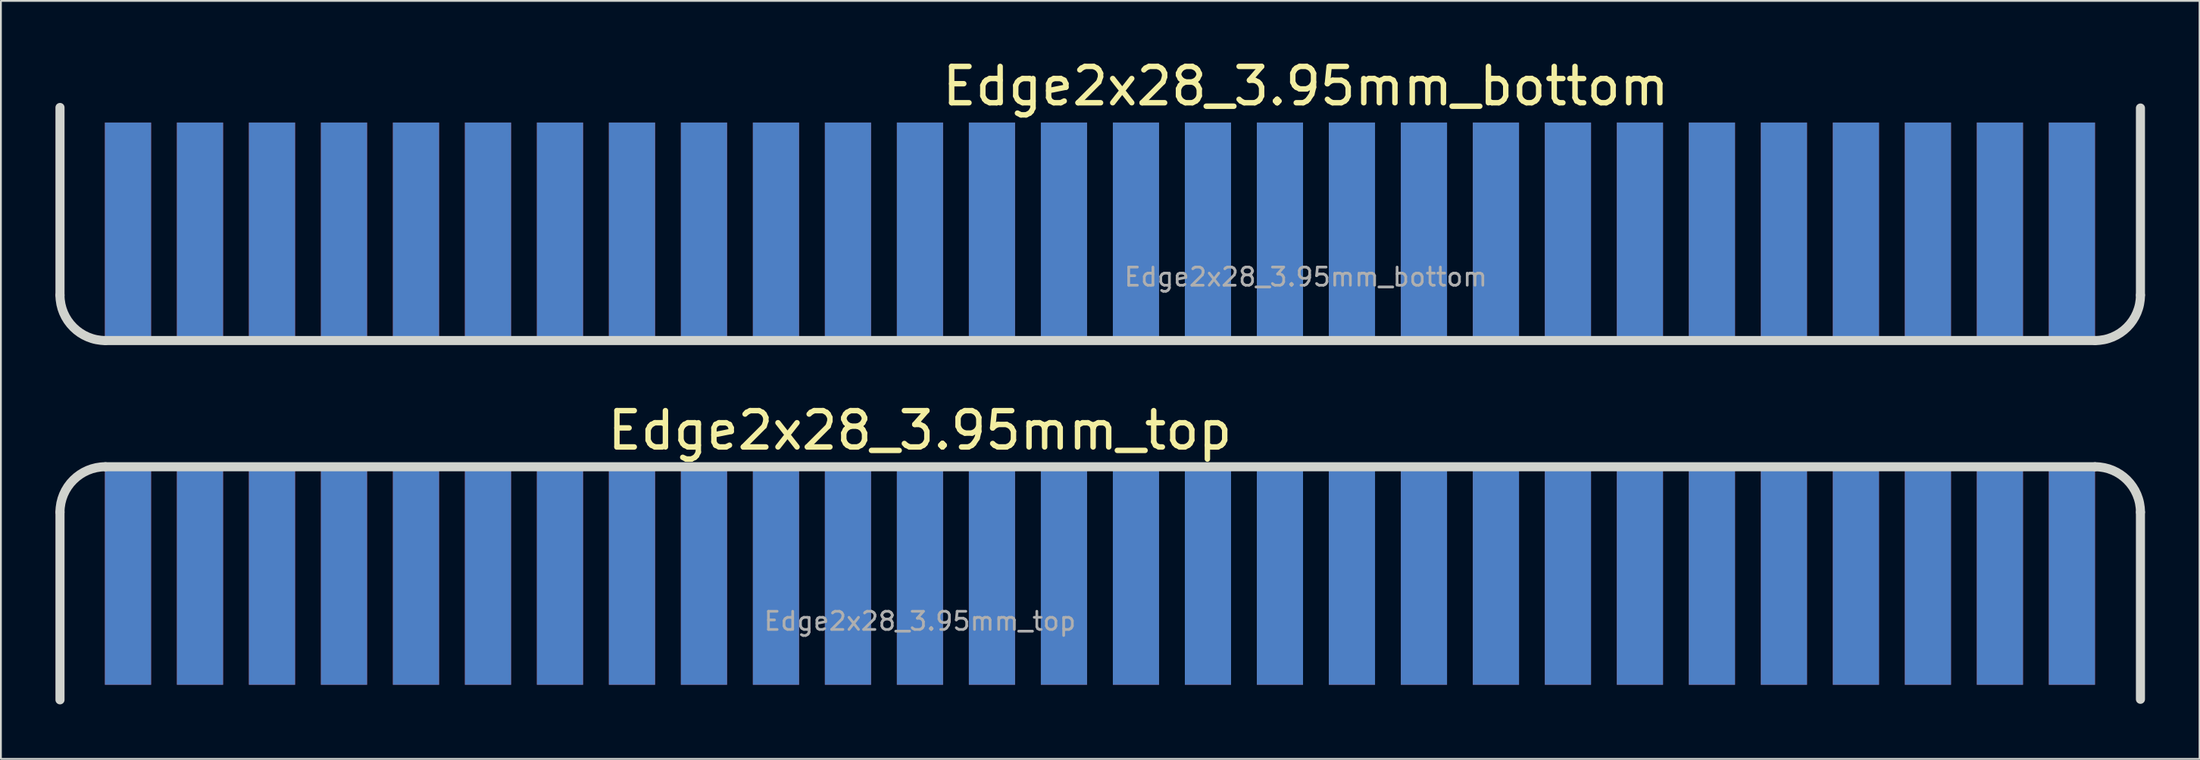
<source format=kicad_pcb>
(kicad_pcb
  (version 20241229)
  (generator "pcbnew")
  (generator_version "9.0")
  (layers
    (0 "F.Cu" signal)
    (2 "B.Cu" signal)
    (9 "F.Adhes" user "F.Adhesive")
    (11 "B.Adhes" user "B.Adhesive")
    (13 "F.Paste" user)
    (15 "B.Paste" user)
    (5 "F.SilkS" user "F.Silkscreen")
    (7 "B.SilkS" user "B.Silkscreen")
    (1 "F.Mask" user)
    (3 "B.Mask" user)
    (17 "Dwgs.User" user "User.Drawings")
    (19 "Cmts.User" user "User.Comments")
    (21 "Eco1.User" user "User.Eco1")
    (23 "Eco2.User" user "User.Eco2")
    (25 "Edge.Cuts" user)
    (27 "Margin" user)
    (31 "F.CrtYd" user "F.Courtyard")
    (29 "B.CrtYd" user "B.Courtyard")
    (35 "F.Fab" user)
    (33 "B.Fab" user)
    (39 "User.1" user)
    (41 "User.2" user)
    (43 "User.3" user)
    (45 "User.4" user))
  (footprint "Edge2x28_3.95mm_bottom"
    (layer "F.Cu")
    (at 47.55 3.696)
    (property "Reference" "Edge2x28_3.95mm_bottom" (at 21.22 -2 0) (unlocked yes) (layer "F.SilkS") (effects (font (size 2 2) (thickness 0.3))))
    (attr exclude_from_pos_files exclude_from_bom)
    (fp_line (start -47.3 9.5) (end -47.3 -0.83) (stroke (width 0.5) (type default)) (layer "Edge.Cuts"))
    (fp_line (start -44.8 12) (end 64.63 12) (stroke (width 0.5) (type solid)) (layer "Edge.Cuts"))
    (fp_line (start 67.13 9.5) (end 67.13 -0.8) (stroke (width 0.5) (type default)) (layer "Edge.Cuts"))
    (fp_arc (start -44.8 12) (mid -46.567767 11.267767) (end -47.3 9.5) (stroke (width 0.5) (type default)) (layer "Edge.Cuts"))
    (fp_arc (start 67.13 9.5) (mid 66.397767 11.267767) (end 64.63 12) (stroke (width 0.5) (type default)) (layer "Edge.Cuts"))
    (fp_line (start -46.98 0) (end 43.02 0) (stroke (width 0.05) (type dash_dot_dot)) (layer "User.1"))
    (fp_text user "${REFERENCE}" (at 21.22 8.5 0) (unlocked yes) (layer "F.Fab") (effects (font (size 1 1) (thickness 0.15))))
    (pad "1" connect rect (at -43.56 6) (size 2.54 12) (layers "B.Cu" "B.Mask"))
    (pad "2" connect rect (at -39.6 6) (size 2.54 12) (layers "B.Cu" "B.Mask"))
    (pad "3" connect rect (at -35.64 6) (size 2.54 12) (layers "B.Cu" "B.Mask"))
    (pad "4" connect rect (at -31.68 6) (size 2.54 12) (layers "B.Cu" "B.Mask"))
    (pad "5" connect rect (at -27.72 6) (size 2.54 12) (layers "B.Cu" "B.Mask"))
    (pad "6" connect rect (at -23.76 6) (size 2.54 12) (layers "B.Cu" "B.Mask"))
    (pad "7" connect rect (at -19.8 6) (size 2.54 12) (layers "B.Cu" "B.Mask"))
    (pad "8" connect rect (at -15.84 6) (size 2.54 12) (layers "B.Cu" "B.Mask"))
    (pad "9" connect rect (at -11.88 6) (size 2.54 12) (layers "B.Cu" "B.Mask"))
    (pad "10" connect rect (at -7.92 6) (size 2.54 12) (layers "B.Cu" "B.Mask"))
    (pad "11" connect rect (at -3.96 6) (size 2.54 12) (layers "B.Cu" "B.Mask"))
    (pad "12" connect rect (at 0 6) (size 2.54 12) (layers "B.Cu" "B.Mask"))
    (pad "13" connect rect (at 3.96 6) (size 2.54 12) (layers "B.Cu" "B.Mask"))
    (pad "14" connect rect (at 7.92 6) (size 2.54 12) (layers "B.Cu" "B.Mask"))
    (pad "15" connect rect (at 11.88 6) (size 2.54 12) (layers "B.Cu" "B.Mask"))
    (pad "16" connect rect (at 15.84 6) (size 2.54 12) (layers "B.Cu" "B.Mask"))
    (pad "17" connect rect (at 19.8 6) (size 2.54 12) (layers "B.Cu" "B.Mask"))
    (pad "18" connect rect (at 23.76 6) (size 2.54 12) (layers "B.Cu" "B.Mask"))
    (pad "19" connect rect (at 27.72 6) (size 2.54 12) (layers "B.Cu" "B.Mask"))
    (pad "20" connect rect (at 31.68 6) (size 2.54 12) (layers "B.Cu" "B.Mask"))
    (pad "21" connect rect (at 35.64 6) (size 2.54 12) (layers "B.Cu" "B.Mask"))
    (pad "22" connect rect (at 39.6 6) (size 2.54 12) (layers "B.Cu" "B.Mask"))
    (pad "23" connect rect (at 43.56 6) (size 2.54 12) (layers "B.Cu" "B.Mask"))
    (pad "24" connect rect (at 47.52 6) (size 2.54 12) (layers "B.Cu" "B.Mask"))
    (pad "25" connect rect (at 51.48 6) (size 2.54 12) (layers "B.Cu" "B.Mask"))
    (pad "26" connect rect (at 55.44 6) (size 2.54 12) (layers "B.Cu" "B.Mask"))
    (pad "27" connect rect (at 59.4 6) (size 2.54 12) (layers "B.Cu" "B.Mask"))
    (pad "28" connect rect (at 63.36 6) (size 2.54 12) (layers "B.Cu" "B.Mask"))
    (pad "29" connect rect (at -43.56 6) (size 2.54 12) (layers "F.Cu" "F.Mask"))
    (pad "30" connect rect (at -39.6 6) (size 2.54 12) (layers "F.Cu" "F.Mask"))
    (pad "31" connect rect (at -35.64 6) (size 2.54 12) (layers "F.Cu" "F.Mask"))
    (pad "32" connect rect (at -31.68 6) (size 2.54 12) (layers "F.Cu" "F.Mask"))
    (pad "33" connect rect (at -27.72 6) (size 2.54 12) (layers "F.Cu" "F.Mask"))
    (pad "34" connect rect (at -23.76 6) (size 2.54 12) (layers "F.Cu" "F.Mask"))
    (pad "35" connect rect (at -19.8 6) (size 2.54 12) (layers "F.Cu" "F.Mask"))
    (pad "36" connect rect (at -15.84 6) (size 2.54 12) (layers "F.Cu" "F.Mask"))
    (pad "37" connect rect (at -11.88 6) (size 2.54 12) (layers "F.Cu" "F.Mask"))
    (pad "38" connect rect (at -7.92 6) (size 2.54 12) (layers "F.Cu" "F.Mask"))
    (pad "39" connect rect (at -3.96 6) (size 2.54 12) (layers "F.Cu" "F.Mask"))
    (pad "40" connect rect (at 0 6) (size 2.54 12) (layers "F.Cu" "F.Mask"))
    (pad "41" connect rect (at 3.96 6) (size 2.54 12) (layers "F.Cu" "F.Mask"))
    (pad "42" connect rect (at 7.92 6) (size 2.54 12) (layers "F.Cu" "F.Mask"))
    (pad "43" connect rect (at 11.88 6) (size 2.54 12) (layers "F.Cu" "F.Mask"))
    (pad "44" connect rect (at 15.84 6) (size 2.54 12) (layers "F.Cu" "F.Mask"))
    (pad "45" connect rect (at 19.8 6) (size 2.54 12) (layers "F.Cu" "F.Mask"))
    (pad "46" connect rect (at 23.76 6) (size 2.54 12) (layers "F.Cu" "F.Mask"))
    (pad "47" connect rect (at 27.72 6) (size 2.54 12) (layers "F.Cu" "F.Mask"))
    (pad "48" connect rect (at 31.68 6) (size 2.54 12) (layers "F.Cu" "F.Mask"))
    (pad "49" connect rect (at 35.64 6) (size 2.54 12) (layers "F.Cu" "F.Mask"))
    (pad "50" connect rect (at 39.6 6) (size 2.54 12) (layers "F.Cu" "F.Mask"))
    (pad "51" connect rect (at 43.56 6) (size 2.54 12) (layers "F.Cu" "F.Mask"))
    (pad "52" connect rect (at 47.52 6) (size 2.54 12) (layers "F.Cu" "F.Mask"))
    (pad "53" connect rect (at 51.48 6) (size 2.54 12) (layers "F.Cu" "F.Mask"))
    (pad "54" connect rect (at 55.44 6) (size 2.54 12) (layers "F.Cu" "F.Mask"))
    (pad "55" connect rect (at 59.4 6) (size 2.54 12) (layers "F.Cu" "F.Mask"))
    (pad "56" connect rect (at 63.36 6) (size 2.54 12) (layers "F.Cu" "F.Mask")))
  (footprint "Edge2x28_3.95mm_top"
    (layer "F.Cu")
    (at 47.55 34.643)
    (property "Reference" "Edge2x28_3.95mm_top" (at 0 -14 0) (unlocked yes) (layer "F.SilkS") (effects (font (size 2 2) (thickness 0.3))))
    (attr exclude_from_pos_files exclude_from_bom)
    (fp_line (start -47.3 -9.5) (end -47.3 0.83) (stroke (width 0.5) (type default)) (layer "Edge.Cuts"))
    (fp_line (start -44.8 -12) (end 64.63 -12) (stroke (width 0.5) (type solid)) (layer "Edge.Cuts"))
    (fp_line (start 67.13 -9.5) (end 67.13 0.8) (stroke (width 0.5) (type default)) (layer "Edge.Cuts"))
    (fp_arc (start -47.3 -9.5) (mid -46.567767 -11.267767) (end -44.8 -12) (stroke (width 0.5) (type default)) (layer "Edge.Cuts"))
    (fp_arc (start 64.63 -12) (mid 66.397767 -11.267767) (end 67.13 -9.5) (stroke (width 0.5) (type default)) (layer "Edge.Cuts"))
    (fp_line (start -46.98 0) (end 43.02 0) (stroke (width 0.05) (type dash_dot_dot)) (layer "User.1"))
    (fp_text user "${REFERENCE}" (at 0 -3.5 0) (unlocked yes) (layer "F.Fab") (effects (font (size 1 1) (thickness 0.15))))
    (pad "1" connect rect (at -43.56 -6) (size 2.54 12) (layers "F.Cu" "F.Mask"))
    (pad "2" connect rect (at -39.6 -6) (size 2.54 12) (layers "F.Cu" "F.Mask"))
    (pad "3" connect rect (at -35.64 -6) (size 2.54 12) (layers "F.Cu" "F.Mask"))
    (pad "4" connect rect (at -31.68 -6) (size 2.54 12) (layers "F.Cu" "F.Mask"))
    (pad "5" connect rect (at -27.72 -6) (size 2.54 12) (layers "F.Cu" "F.Mask"))
    (pad "6" connect rect (at -23.76 -6) (size 2.54 12) (layers "F.Cu" "F.Mask"))
    (pad "7" connect rect (at -19.8 -6) (size 2.54 12) (layers "F.Cu" "F.Mask"))
    (pad "8" connect rect (at -15.84 -6) (size 2.54 12) (layers "F.Cu" "F.Mask"))
    (pad "9" connect rect (at -11.88 -6) (size 2.54 12) (layers "F.Cu" "F.Mask"))
    (pad "10" connect rect (at -7.92 -6) (size 2.54 12) (layers "F.Cu" "F.Mask"))
    (pad "11" connect rect (at -3.96 -6) (size 2.54 12) (layers "F.Cu" "F.Mask"))
    (pad "12" connect rect (at 0 -6) (size 2.54 12) (layers "F.Cu" "F.Mask"))
    (pad "13" connect rect (at 3.96 -6) (size 2.54 12) (layers "F.Cu" "F.Mask"))
    (pad "14" connect rect (at 7.92 -6) (size 2.54 12) (layers "F.Cu" "F.Mask"))
    (pad "15" connect rect (at 11.88 -6) (size 2.54 12) (layers "F.Cu" "F.Mask"))
    (pad "16" connect rect (at 15.84 -6) (size 2.54 12) (layers "F.Cu" "F.Mask"))
    (pad "17" connect rect (at 19.8 -6) (size 2.54 12) (layers "F.Cu" "F.Mask"))
    (pad "18" connect rect (at 23.76 -6) (size 2.54 12) (layers "F.Cu" "F.Mask"))
    (pad "19" connect rect (at 27.72 -6) (size 2.54 12) (layers "F.Cu" "F.Mask"))
    (pad "20" connect rect (at 31.68 -6) (size 2.54 12) (layers "F.Cu" "F.Mask"))
    (pad "21" connect rect (at 35.64 -6) (size 2.54 12) (layers "F.Cu" "F.Mask"))
    (pad "22" connect rect (at 39.6 -6) (size 2.54 12) (layers "F.Cu" "F.Mask"))
    (pad "23" connect rect (at 43.56 -6) (size 2.54 12) (layers "F.Cu" "F.Mask"))
    (pad "24" connect rect (at 47.52 -6) (size 2.54 12) (layers "F.Cu" "F.Mask"))
    (pad "25" connect rect (at 51.48 -6) (size 2.54 12) (layers "F.Cu" "F.Mask"))
    (pad "26" connect rect (at 55.44 -6) (size 2.54 12) (layers "F.Cu" "F.Mask"))
    (pad "27" connect rect (at 59.4 -6) (size 2.54 12) (layers "F.Cu" "F.Mask"))
    (pad "28" connect rect (at 63.36 -6) (size 2.54 12) (layers "F.Cu" "F.Mask"))
    (pad "29" connect rect (at 63.36 -6) (size 2.54 12) (layers "B.Cu" "B.Mask"))
    (pad "30" connect rect (at 59.4 -6) (size 2.54 12) (layers "B.Cu" "B.Mask"))
    (pad "31" connect rect (at 55.44 -6) (size 2.54 12) (layers "B.Cu" "B.Mask"))
    (pad "32" connect rect (at 51.48 -6) (size 2.54 12) (layers "B.Cu" "B.Mask"))
    (pad "33" connect rect (at 47.52 -6) (size 2.54 12) (layers "B.Cu" "B.Mask"))
    (pad "34" connect rect (at 43.56 -6) (size 2.54 12) (layers "B.Cu" "B.Mask"))
    (pad "35" connect rect (at 39.6 -6) (size 2.54 12) (layers "B.Cu" "B.Mask"))
    (pad "36" connect rect (at 35.64 -6) (size 2.54 12) (layers "B.Cu" "B.Mask"))
    (pad "37" connect rect (at 31.68 -6) (size 2.54 12) (layers "B.Cu" "B.Mask"))
    (pad "38" connect rect (at 27.72 -6) (size 2.54 12) (layers "B.Cu" "B.Mask"))
    (pad "39" connect rect (at 23.76 -6) (size 2.54 12) (layers "B.Cu" "B.Mask"))
    (pad "40" connect rect (at 19.8 -6) (size 2.54 12) (layers "B.Cu" "B.Mask"))
    (pad "41" connect rect (at 15.84 -6) (size 2.54 12) (layers "B.Cu" "B.Mask"))
    (pad "42" connect rect (at 11.88 -6) (size 2.54 12) (layers "B.Cu" "B.Mask"))
    (pad "43" connect rect (at 7.92 -6) (size 2.54 12) (layers "B.Cu" "B.Mask"))
    (pad "44" connect rect (at 3.96 -6) (size 2.54 12) (layers "B.Cu" "B.Mask"))
    (pad "45" connect rect (at 0 -6) (size 2.54 12) (layers "B.Cu" "B.Mask"))
    (pad "46" connect rect (at -3.96 -6) (size 2.54 12) (layers "B.Cu" "B.Mask"))
    (pad "47" connect rect (at -7.92 -6) (size 2.54 12) (layers "B.Cu" "B.Mask"))
    (pad "48" connect rect (at -11.88 -6) (size 2.54 12) (layers "B.Cu" "B.Mask"))
    (pad "49" connect rect (at -15.84 -6) (size 2.54 12) (layers "B.Cu" "B.Mask"))
    (pad "50" connect rect (at -19.8 -6) (size 2.54 12) (layers "B.Cu" "B.Mask"))
    (pad "51" connect rect (at -23.76 -6) (size 2.54 12) (layers "B.Cu" "B.Mask"))
    (pad "52" connect rect (at -27.72 -6) (size 2.54 12) (layers "B.Cu" "B.Mask"))
    (pad "53" connect rect (at -31.68 -6) (size 2.54 12) (layers "B.Cu" "B.Mask"))
    (pad "54" connect rect (at -35.64 -6) (size 2.54 12) (layers "B.Cu" "B.Mask"))
    (pad "55" connect rect (at -39.6 -6) (size 2.54 12) (layers "B.Cu" "B.Mask"))
    (pad "56" connect rect (at -43.56 -6) (size 2.54 12) (layers "B.Cu" "B.Mask")))
  (gr_rect
    (start -3 -3)
    (end 117.93 38.723)
    (stroke (width 0.1) (type default))
    (fill no)
    (layer "Edge.Cuts")))
</source>
